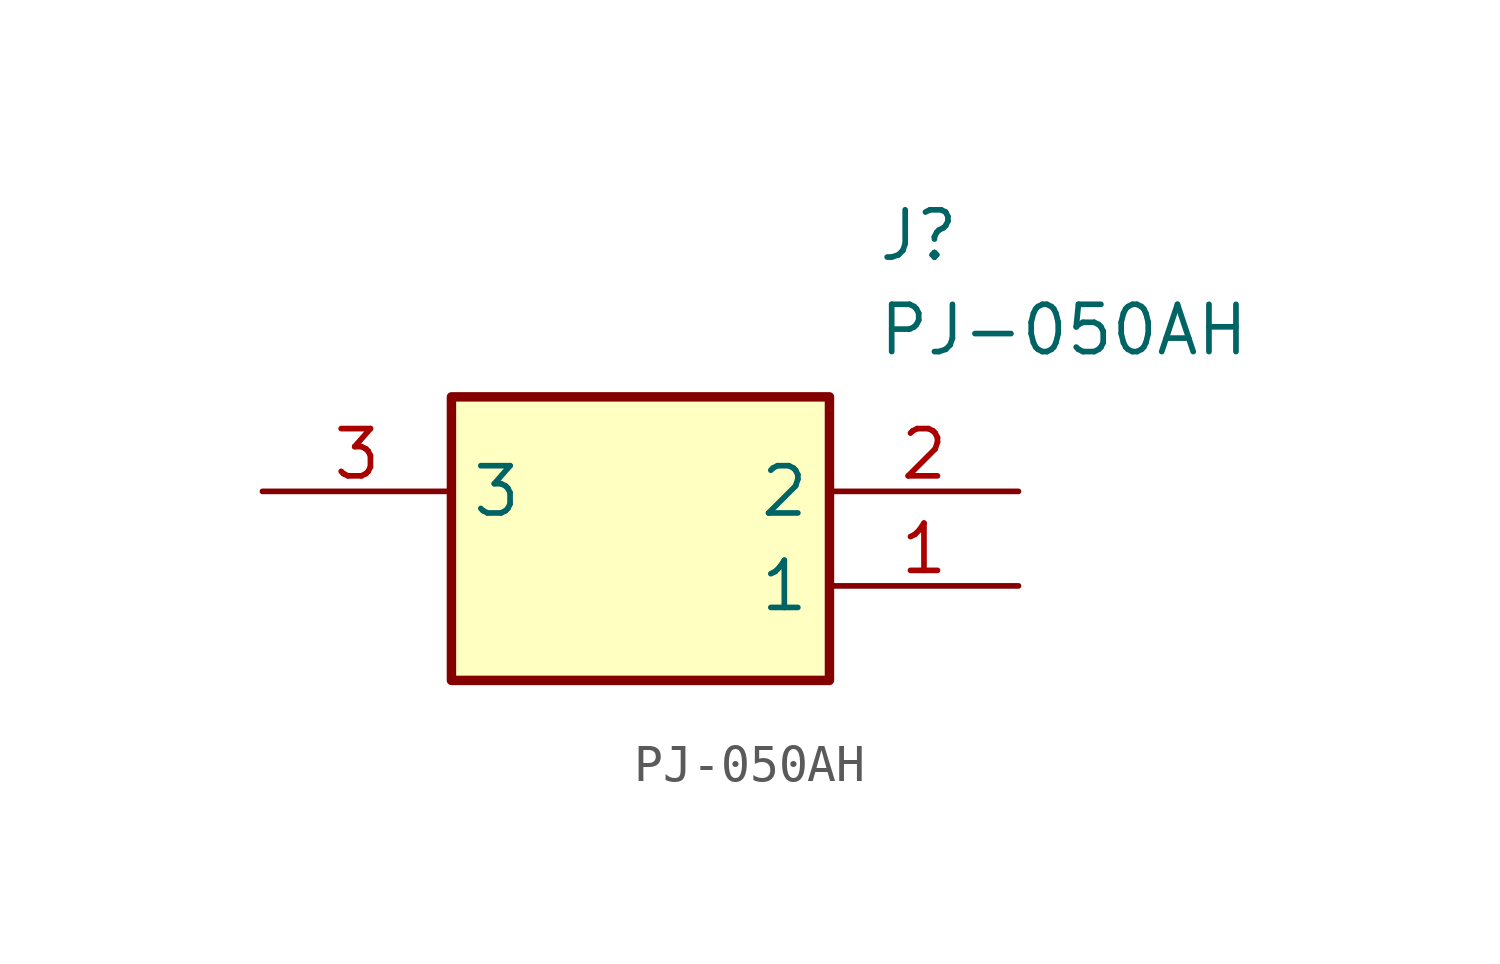
<source format=kicad_sym>
(kicad_symbol_lib
  (version 20211014)
  (generator SamacSys_ECAD_Model)
  (symbol "PJ-050AH"
    (property "Reference" "J"
      (at 16.51 7.62 0)
      (effects (font (size 1.27 1.27)) (justify left top)))
    (property "Value" "PJ-050AH"
      (at 16.51 5.08 0)
      (effects (font (size 1.27 1.27)) (justify left top)))
    (rectangle
      (start 5.08 2.54)
      (end 15.24 -5.08)
      (stroke (width 0.254) (type default))
      (fill (type background)))
    (pin passive line
      (at 20.32 -2.54 180)
      (length 5.08)
      (name "1" (effects (font (size 1.27 1.27))))
      (number "1" (effects (font (size 1.27 1.27)))))
    (pin passive line
      (at 20.32 0 180)
      (length 5.08)
      (name "2" (effects (font (size 1.27 1.27))))
      (number "2" (effects (font (size 1.27 1.27)))))
    (pin passive line
      (at 0 0 0)
      (length 5.08)
      (name "3" (effects (font (size 1.27 1.27))))
      (number "3" (effects (font (size 1.27 1.27)))))))
</source>
